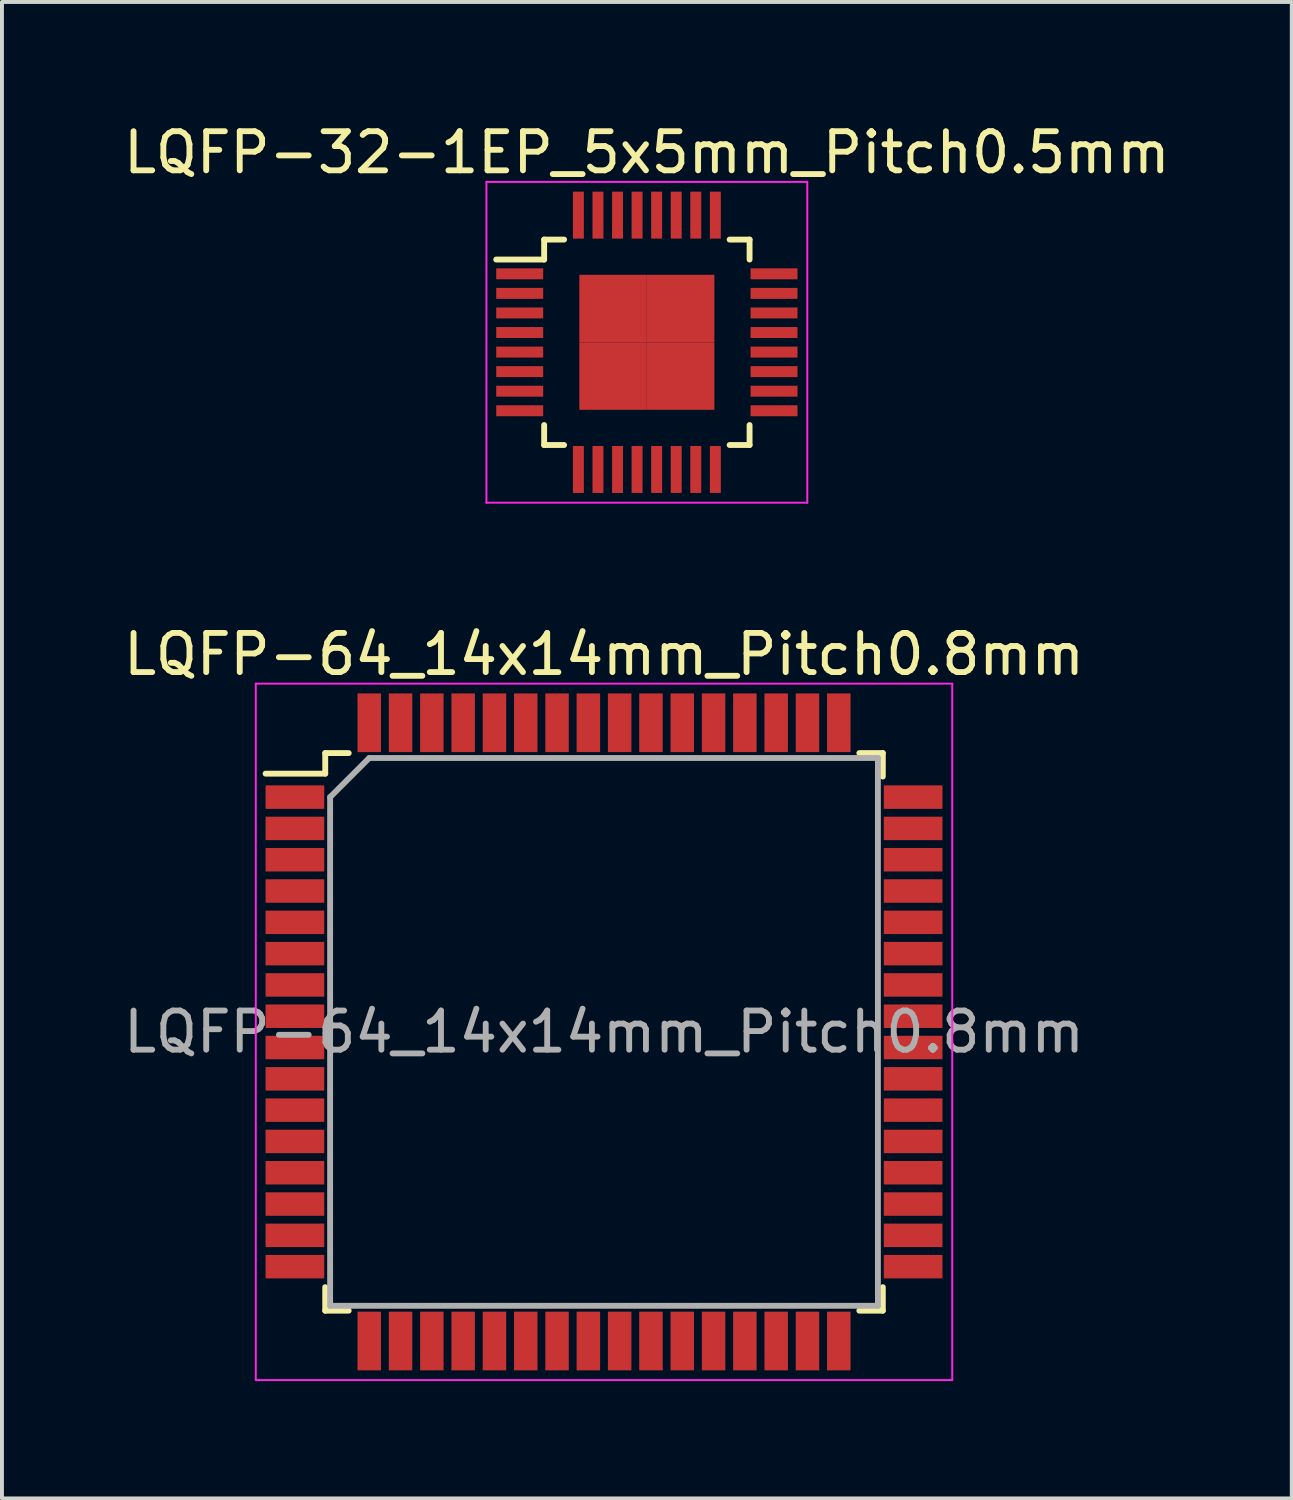
<source format=kicad_pcb>
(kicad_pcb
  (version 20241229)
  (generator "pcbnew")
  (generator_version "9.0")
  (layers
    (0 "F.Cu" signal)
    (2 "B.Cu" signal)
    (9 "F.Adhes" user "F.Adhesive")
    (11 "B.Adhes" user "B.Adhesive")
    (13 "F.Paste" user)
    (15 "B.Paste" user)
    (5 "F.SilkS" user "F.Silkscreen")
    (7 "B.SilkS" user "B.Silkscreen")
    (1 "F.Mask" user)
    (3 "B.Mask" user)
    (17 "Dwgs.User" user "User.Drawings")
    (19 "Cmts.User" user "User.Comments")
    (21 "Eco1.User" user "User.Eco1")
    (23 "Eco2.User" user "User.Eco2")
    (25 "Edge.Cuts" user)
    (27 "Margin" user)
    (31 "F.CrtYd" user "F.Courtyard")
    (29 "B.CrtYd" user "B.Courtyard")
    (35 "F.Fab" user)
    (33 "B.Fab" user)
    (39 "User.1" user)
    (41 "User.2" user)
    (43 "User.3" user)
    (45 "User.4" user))
  (footprint "LQFP-32-1EP_5x5mm_Pitch0.5mm"
    (layer "F.Cu")
    (at 13.482 5.698)
    (property "Reference" "LQFP-32-1EP_5x5mm_Pitch0.5mm" (at 0 -4.85 0) (layer "F.SilkS") (effects (font (size 1 1) (thickness 0.15))))
    (attr smd)
    (fp_line (start -2.625 -2.625) (end -2.625 -2.115) (stroke (width 0.15) (type solid)) (layer "F.SilkS"))
    (fp_line (start -2.625 -2.625) (end -2.115 -2.625) (stroke (width 0.15) (type solid)) (layer "F.SilkS"))
    (fp_line (start -2.625 -2.115) (end -3.85 -2.115) (stroke (width 0.15) (type solid)) (layer "F.SilkS"))
    (fp_line (start -2.625 2.625) (end -2.625 2.115) (stroke (width 0.15) (type solid)) (layer "F.SilkS"))
    (fp_line (start -2.625 2.625) (end -2.115 2.625) (stroke (width 0.15) (type solid)) (layer "F.SilkS"))
    (fp_line (start 2.625 -2.625) (end 2.115 -2.625) (stroke (width 0.15) (type solid)) (layer "F.SilkS"))
    (fp_line (start 2.625 -2.625) (end 2.625 -2.115) (stroke (width 0.15) (type solid)) (layer "F.SilkS"))
    (fp_line (start 2.625 2.625) (end 2.115 2.625) (stroke (width 0.15) (type solid)) (layer "F.SilkS"))
    (fp_line (start 2.625 2.625) (end 2.625 2.115) (stroke (width 0.15) (type solid)) (layer "F.SilkS"))
    (fp_line (start -4.1 -4.1) (end -4.1 4.1) (stroke (width 0.05) (type solid)) (layer "F.CrtYd"))
    (fp_line (start -4.1 -4.1) (end 4.1 -4.1) (stroke (width 0.05) (type solid)) (layer "F.CrtYd"))
    (fp_line (start -4.1 4.1) (end 4.1 4.1) (stroke (width 0.05) (type solid)) (layer "F.CrtYd"))
    (fp_line (start 4.1 -4.1) (end 4.1 4.1) (stroke (width 0.05) (type solid)) (layer "F.CrtYd"))
    (pad "1" smd rect (at -3.25 -1.75) (size 1.2 0.28) (layers "F.Cu" "F.Mask" "F.Paste"))
    (pad "2" smd rect (at -3.25 -1.25) (size 1.2 0.28) (layers "F.Cu" "F.Mask" "F.Paste"))
    (pad "3" smd rect (at -3.25 -0.75) (size 1.2 0.28) (layers "F.Cu" "F.Mask" "F.Paste"))
    (pad "4" smd rect (at -3.25 -0.25) (size 1.2 0.28) (layers "F.Cu" "F.Mask" "F.Paste"))
    (pad "5" smd rect (at -3.25 0.25) (size 1.2 0.28) (layers "F.Cu" "F.Mask" "F.Paste"))
    (pad "6" smd rect (at -3.25 0.75) (size 1.2 0.28) (layers "F.Cu" "F.Mask" "F.Paste"))
    (pad "7" smd rect (at -3.25 1.25) (size 1.2 0.28) (layers "F.Cu" "F.Mask" "F.Paste"))
    (pad "8" smd rect (at -3.25 1.75) (size 1.2 0.28) (layers "F.Cu" "F.Mask" "F.Paste"))
    (pad "9" smd rect (at -1.75 3.25 90) (size 1.2 0.28) (layers "F.Cu" "F.Mask" "F.Paste"))
    (pad "10" smd rect (at -1.25 3.25 90) (size 1.2 0.28) (layers "F.Cu" "F.Mask" "F.Paste"))
    (pad "11" smd rect (at -0.75 3.25 90) (size 1.2 0.28) (layers "F.Cu" "F.Mask" "F.Paste"))
    (pad "12" smd rect (at -0.25 3.25 90) (size 1.2 0.28) (layers "F.Cu" "F.Mask" "F.Paste"))
    (pad "13" smd rect (at 0.25 3.25 90) (size 1.2 0.28) (layers "F.Cu" "F.Mask" "F.Paste"))
    (pad "14" smd rect (at 0.75 3.25 90) (size 1.2 0.28) (layers "F.Cu" "F.Mask" "F.Paste"))
    (pad "15" smd rect (at 1.25 3.25 90) (size 1.2 0.28) (layers "F.Cu" "F.Mask" "F.Paste"))
    (pad "16" smd rect (at 1.75 3.25 90) (size 1.2 0.28) (layers "F.Cu" "F.Mask" "F.Paste"))
    (pad "17" smd rect (at 3.25 1.75) (size 1.2 0.28) (layers "F.Cu" "F.Mask" "F.Paste"))
    (pad "18" smd rect (at 3.25 1.25) (size 1.2 0.28) (layers "F.Cu" "F.Mask" "F.Paste"))
    (pad "19" smd rect (at 3.25 0.75) (size 1.2 0.28) (layers "F.Cu" "F.Mask" "F.Paste"))
    (pad "20" smd rect (at 3.25 0.25) (size 1.2 0.28) (layers "F.Cu" "F.Mask" "F.Paste"))
    (pad "21" smd rect (at 3.25 -0.25) (size 1.2 0.28) (layers "F.Cu" "F.Mask" "F.Paste"))
    (pad "22" smd rect (at 3.25 -0.75) (size 1.2 0.28) (layers "F.Cu" "F.Mask" "F.Paste"))
    (pad "23" smd rect (at 3.25 -1.25) (size 1.2 0.28) (layers "F.Cu" "F.Mask" "F.Paste"))
    (pad "24" smd rect (at 3.25 -1.75) (size 1.2 0.28) (layers "F.Cu" "F.Mask" "F.Paste"))
    (pad "25" smd rect (at 1.75 -3.25 90) (size 1.2 0.28) (layers "F.Cu" "F.Mask" "F.Paste"))
    (pad "26" smd rect (at 1.25 -3.25 90) (size 1.2 0.28) (layers "F.Cu" "F.Mask" "F.Paste"))
    (pad "27" smd rect (at 0.75 -3.25 90) (size 1.2 0.28) (layers "F.Cu" "F.Mask" "F.Paste"))
    (pad "28" smd rect (at 0.25 -3.25 90) (size 1.2 0.28) (layers "F.Cu" "F.Mask" "F.Paste"))
    (pad "29" smd rect (at -0.25 -3.25 90) (size 1.2 0.28) (layers "F.Cu" "F.Mask" "F.Paste"))
    (pad "30" smd rect (at -0.75 -3.25 90) (size 1.2 0.28) (layers "F.Cu" "F.Mask" "F.Paste"))
    (pad "31" smd rect (at -1.25 -3.25 90) (size 1.2 0.28) (layers "F.Cu" "F.Mask" "F.Paste"))
    (pad "32" smd rect (at -1.75 -3.25 90) (size 1.2 0.28) (layers "F.Cu" "F.Mask" "F.Paste"))
    (pad "33" smd rect (at -0.863 -0.863) (size 1.725 1.725) (layers "F.Cu" "F.Mask" "F.Paste"))
    (pad "33" smd rect (at -0.863 0.863) (size 1.725 1.725) (layers "F.Cu" "F.Mask" "F.Paste"))
    (pad "33" smd rect (at 0.863 -0.863) (size 1.725 1.725) (layers "F.Cu" "F.Mask" "F.Paste"))
    (pad "33" smd rect (at 0.863 0.863) (size 1.725 1.725) (layers "F.Cu" "F.Mask" "F.Paste")))
  (footprint "LQFP-64_14x14mm_Pitch0.8mm"
    (layer "F.Cu")
    (at 12.387 23.322)
    (property "Reference" "LQFP-64_14x14mm_Pitch0.8mm" (at 0 -9.65 0) (layer "F.SilkS") (effects (font (size 1 1) (thickness 0.15))))
    (attr smd)
    (fp_line (start -7.125 -7.125) (end -7.125 -6.6) (stroke (width 0.15) (type solid)) (layer "F.SilkS"))
    (fp_line (start -7.125 -7.125) (end -6.525 -7.125) (stroke (width 0.15) (type solid)) (layer "F.SilkS"))
    (fp_line (start -7.125 -6.6) (end -8.65 -6.6) (stroke (width 0.15) (type solid)) (layer "F.SilkS"))
    (fp_line (start -7.125 7.125) (end -7.125 6.525) (stroke (width 0.15) (type solid)) (layer "F.SilkS"))
    (fp_line (start -7.125 7.125) (end -6.525 7.125) (stroke (width 0.15) (type solid)) (layer "F.SilkS"))
    (fp_line (start 7.125 -7.125) (end 6.525 -7.125) (stroke (width 0.15) (type solid)) (layer "F.SilkS"))
    (fp_line (start 7.125 -7.125) (end 7.125 -6.525) (stroke (width 0.15) (type solid)) (layer "F.SilkS"))
    (fp_line (start 7.125 7.125) (end 6.525 7.125) (stroke (width 0.15) (type solid)) (layer "F.SilkS"))
    (fp_line (start 7.125 7.125) (end 7.125 6.525) (stroke (width 0.15) (type solid)) (layer "F.SilkS"))
    (fp_line (start -8.9 -8.9) (end -8.9 8.9) (stroke (width 0.05) (type solid)) (layer "F.CrtYd"))
    (fp_line (start -8.9 -8.9) (end 8.9 -8.9) (stroke (width 0.05) (type solid)) (layer "F.CrtYd"))
    (fp_line (start -8.9 8.9) (end 8.9 8.9) (stroke (width 0.05) (type solid)) (layer "F.CrtYd"))
    (fp_line (start 8.9 -8.9) (end 8.9 8.9) (stroke (width 0.05) (type solid)) (layer "F.CrtYd"))
    (fp_line (start -7 -6) (end -6 -7) (stroke (width 0.15) (type solid)) (layer "F.Fab"))
    (fp_line (start -7 7) (end -7 -6) (stroke (width 0.15) (type solid)) (layer "F.Fab"))
    (fp_line (start -6 -7) (end 7 -7) (stroke (width 0.15) (type solid)) (layer "F.Fab"))
    (fp_line (start 7 -7) (end 7 7) (stroke (width 0.15) (type solid)) (layer "F.Fab"))
    (fp_line (start 7 7) (end -7 7) (stroke (width 0.15) (type solid)) (layer "F.Fab"))
    (fp_text user "${REFERENCE}" (at 0 0 0) (layer "F.Fab") (effects (font (size 1 1) (thickness 0.15))))
    (pad "1" smd rect (at -7.9 -6) (size 1.5 0.6) (layers "F.Cu" "F.Mask" "F.Paste"))
    (pad "2" smd rect (at -7.9 -5.2) (size 1.5 0.6) (layers "F.Cu" "F.Mask" "F.Paste"))
    (pad "3" smd rect (at -7.9 -4.4) (size 1.5 0.6) (layers "F.Cu" "F.Mask" "F.Paste"))
    (pad "4" smd rect (at -7.9 -3.6) (size 1.5 0.6) (layers "F.Cu" "F.Mask" "F.Paste"))
    (pad "5" smd rect (at -7.9 -2.8) (size 1.5 0.6) (layers "F.Cu" "F.Mask" "F.Paste"))
    (pad "6" smd rect (at -7.9 -2) (size 1.5 0.6) (layers "F.Cu" "F.Mask" "F.Paste"))
    (pad "7" smd rect (at -7.9 -1.2) (size 1.5 0.6) (layers "F.Cu" "F.Mask" "F.Paste"))
    (pad "8" smd rect (at -7.9 -0.4) (size 1.5 0.6) (layers "F.Cu" "F.Mask" "F.Paste"))
    (pad "9" smd rect (at -7.9 0.4) (size 1.5 0.6) (layers "F.Cu" "F.Mask" "F.Paste"))
    (pad "10" smd rect (at -7.9 1.2) (size 1.5 0.6) (layers "F.Cu" "F.Mask" "F.Paste"))
    (pad "11" smd rect (at -7.9 2) (size 1.5 0.6) (layers "F.Cu" "F.Mask" "F.Paste"))
    (pad "12" smd rect (at -7.9 2.8) (size 1.5 0.6) (layers "F.Cu" "F.Mask" "F.Paste"))
    (pad "13" smd rect (at -7.9 3.6) (size 1.5 0.6) (layers "F.Cu" "F.Mask" "F.Paste"))
    (pad "14" smd rect (at -7.9 4.4) (size 1.5 0.6) (layers "F.Cu" "F.Mask" "F.Paste"))
    (pad "15" smd rect (at -7.9 5.2) (size 1.5 0.6) (layers "F.Cu" "F.Mask" "F.Paste"))
    (pad "16" smd rect (at -7.9 6) (size 1.5 0.6) (layers "F.Cu" "F.Mask" "F.Paste"))
    (pad "17" smd rect (at -6 7.9 90) (size 1.5 0.6) (layers "F.Cu" "F.Mask" "F.Paste"))
    (pad "18" smd rect (at -5.2 7.9 90) (size 1.5 0.6) (layers "F.Cu" "F.Mask" "F.Paste"))
    (pad "19" smd rect (at -4.4 7.9 90) (size 1.5 0.6) (layers "F.Cu" "F.Mask" "F.Paste"))
    (pad "20" smd rect (at -3.6 7.9 90) (size 1.5 0.6) (layers "F.Cu" "F.Mask" "F.Paste"))
    (pad "21" smd rect (at -2.8 7.9 90) (size 1.5 0.6) (layers "F.Cu" "F.Mask" "F.Paste"))
    (pad "22" smd rect (at -2 7.9 90) (size 1.5 0.6) (layers "F.Cu" "F.Mask" "F.Paste"))
    (pad "23" smd rect (at -1.2 7.9 90) (size 1.5 0.6) (layers "F.Cu" "F.Mask" "F.Paste"))
    (pad "24" smd rect (at -0.4 7.9 90) (size 1.5 0.6) (layers "F.Cu" "F.Mask" "F.Paste"))
    (pad "25" smd rect (at 0.4 7.9 90) (size 1.5 0.6) (layers "F.Cu" "F.Mask" "F.Paste"))
    (pad "26" smd rect (at 1.2 7.9 90) (size 1.5 0.6) (layers "F.Cu" "F.Mask" "F.Paste"))
    (pad "27" smd rect (at 2 7.9 90) (size 1.5 0.6) (layers "F.Cu" "F.Mask" "F.Paste"))
    (pad "28" smd rect (at 2.8 7.9 90) (size 1.5 0.6) (layers "F.Cu" "F.Mask" "F.Paste"))
    (pad "29" smd rect (at 3.6 7.9 90) (size 1.5 0.6) (layers "F.Cu" "F.Mask" "F.Paste"))
    (pad "30" smd rect (at 4.4 7.9 90) (size 1.5 0.6) (layers "F.Cu" "F.Mask" "F.Paste"))
    (pad "31" smd rect (at 5.2 7.9 90) (size 1.5 0.6) (layers "F.Cu" "F.Mask" "F.Paste"))
    (pad "32" smd rect (at 6 7.9 90) (size 1.5 0.6) (layers "F.Cu" "F.Mask" "F.Paste"))
    (pad "33" smd rect (at 7.9 6) (size 1.5 0.6) (layers "F.Cu" "F.Mask" "F.Paste"))
    (pad "34" smd rect (at 7.9 5.2) (size 1.5 0.6) (layers "F.Cu" "F.Mask" "F.Paste"))
    (pad "35" smd rect (at 7.9 4.4) (size 1.5 0.6) (layers "F.Cu" "F.Mask" "F.Paste"))
    (pad "36" smd rect (at 7.9 3.6) (size 1.5 0.6) (layers "F.Cu" "F.Mask" "F.Paste"))
    (pad "37" smd rect (at 7.9 2.8) (size 1.5 0.6) (layers "F.Cu" "F.Mask" "F.Paste"))
    (pad "38" smd rect (at 7.9 2) (size 1.5 0.6) (layers "F.Cu" "F.Mask" "F.Paste"))
    (pad "39" smd rect (at 7.9 1.2) (size 1.5 0.6) (layers "F.Cu" "F.Mask" "F.Paste"))
    (pad "40" smd rect (at 7.9 0.4) (size 1.5 0.6) (layers "F.Cu" "F.Mask" "F.Paste"))
    (pad "41" smd rect (at 7.9 -0.4) (size 1.5 0.6) (layers "F.Cu" "F.Mask" "F.Paste"))
    (pad "42" smd rect (at 7.9 -1.2) (size 1.5 0.6) (layers "F.Cu" "F.Mask" "F.Paste"))
    (pad "43" smd rect (at 7.9 -2) (size 1.5 0.6) (layers "F.Cu" "F.Mask" "F.Paste"))
    (pad "44" smd rect (at 7.9 -2.8) (size 1.5 0.6) (layers "F.Cu" "F.Mask" "F.Paste"))
    (pad "45" smd rect (at 7.9 -3.6) (size 1.5 0.6) (layers "F.Cu" "F.Mask" "F.Paste"))
    (pad "46" smd rect (at 7.9 -4.4) (size 1.5 0.6) (layers "F.Cu" "F.Mask" "F.Paste"))
    (pad "47" smd rect (at 7.9 -5.2) (size 1.5 0.6) (layers "F.Cu" "F.Mask" "F.Paste"))
    (pad "48" smd rect (at 7.9 -6) (size 1.5 0.6) (layers "F.Cu" "F.Mask" "F.Paste"))
    (pad "49" smd rect (at 6 -7.9 90) (size 1.5 0.6) (layers "F.Cu" "F.Mask" "F.Paste"))
    (pad "50" smd rect (at 5.2 -7.9 90) (size 1.5 0.6) (layers "F.Cu" "F.Mask" "F.Paste"))
    (pad "51" smd rect (at 4.4 -7.9 90) (size 1.5 0.6) (layers "F.Cu" "F.Mask" "F.Paste"))
    (pad "52" smd rect (at 3.6 -7.9 90) (size 1.5 0.6) (layers "F.Cu" "F.Mask" "F.Paste"))
    (pad "53" smd rect (at 2.8 -7.9 90) (size 1.5 0.6) (layers "F.Cu" "F.Mask" "F.Paste"))
    (pad "54" smd rect (at 2 -7.9 90) (size 1.5 0.6) (layers "F.Cu" "F.Mask" "F.Paste"))
    (pad "55" smd rect (at 1.2 -7.9 90) (size 1.5 0.6) (layers "F.Cu" "F.Mask" "F.Paste"))
    (pad "56" smd rect (at 0.4 -7.9 90) (size 1.5 0.6) (layers "F.Cu" "F.Mask" "F.Paste"))
    (pad "57" smd rect (at -0.4 -7.9 90) (size 1.5 0.6) (layers "F.Cu" "F.Mask" "F.Paste"))
    (pad "58" smd rect (at -1.2 -7.9 90) (size 1.5 0.6) (layers "F.Cu" "F.Mask" "F.Paste"))
    (pad "59" smd rect (at -2 -7.9 90) (size 1.5 0.6) (layers "F.Cu" "F.Mask" "F.Paste"))
    (pad "60" smd rect (at -2.8 -7.9 90) (size 1.5 0.6) (layers "F.Cu" "F.Mask" "F.Paste"))
    (pad "61" smd rect (at -3.6 -7.9 90) (size 1.5 0.6) (layers "F.Cu" "F.Mask" "F.Paste"))
    (pad "62" smd rect (at -4.4 -7.9 90) (size 1.5 0.6) (layers "F.Cu" "F.Mask" "F.Paste"))
    (pad "63" smd rect (at -5.2 -7.9 90) (size 1.5 0.6) (layers "F.Cu" "F.Mask" "F.Paste"))
    (pad "64" smd rect (at -6 -7.9 90) (size 1.5 0.6) (layers "F.Cu" "F.Mask" "F.Paste")))
  (gr_rect
    (start -3 -3)
    (end 29.964 35.246)
    (stroke (width 0.1) (type default))
    (fill no)
    (layer "Edge.Cuts")))
</source>
